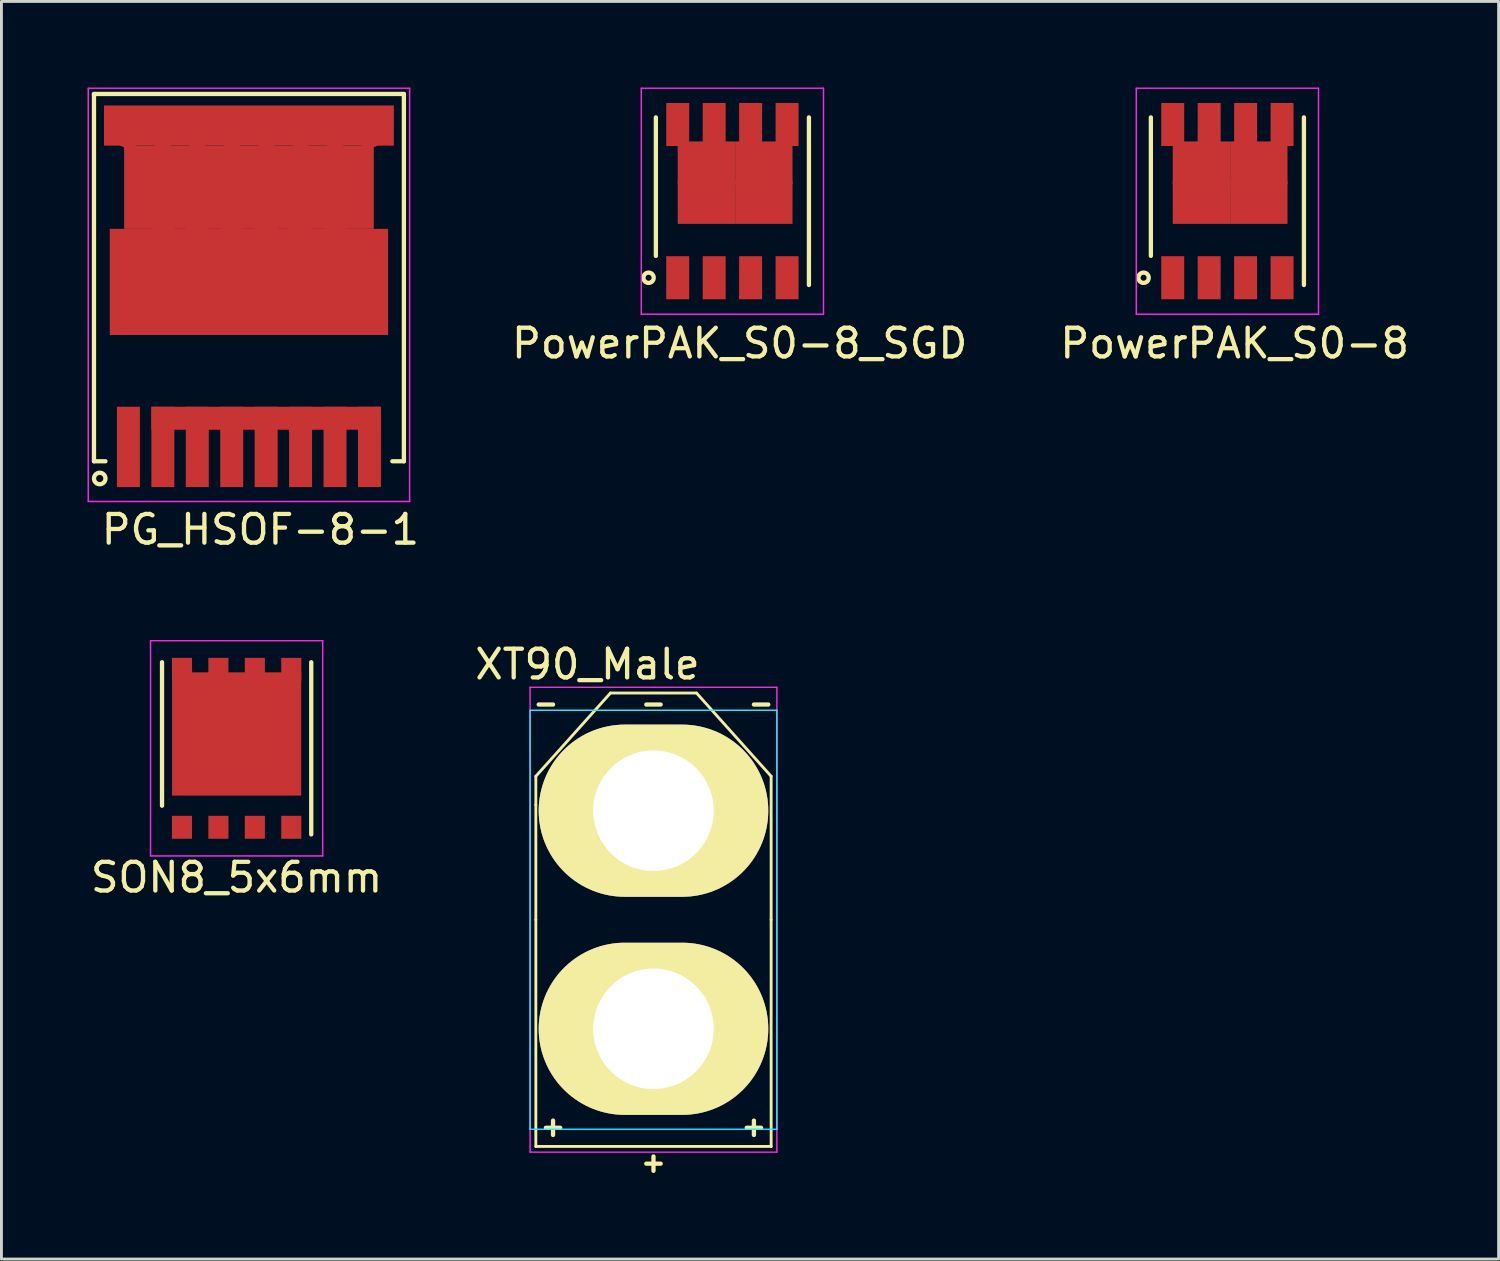
<source format=kicad_pcb>
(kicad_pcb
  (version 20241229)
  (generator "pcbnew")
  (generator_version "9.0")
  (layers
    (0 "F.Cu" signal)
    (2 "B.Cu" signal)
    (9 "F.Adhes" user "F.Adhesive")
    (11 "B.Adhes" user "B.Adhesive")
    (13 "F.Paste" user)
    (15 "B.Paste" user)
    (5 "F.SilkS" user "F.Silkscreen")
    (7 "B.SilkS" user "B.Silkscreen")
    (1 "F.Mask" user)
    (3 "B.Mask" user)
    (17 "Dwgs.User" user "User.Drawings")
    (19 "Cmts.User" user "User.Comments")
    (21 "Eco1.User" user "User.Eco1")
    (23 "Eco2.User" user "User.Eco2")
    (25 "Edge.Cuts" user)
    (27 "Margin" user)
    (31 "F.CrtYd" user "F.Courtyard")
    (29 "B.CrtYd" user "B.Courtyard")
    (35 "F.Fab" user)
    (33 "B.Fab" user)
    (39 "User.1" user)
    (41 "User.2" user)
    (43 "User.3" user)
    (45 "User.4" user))
  (footprint "PowerPAK_S0-8_SGD"
    (layer "F.Cu")
    (at 20.568 6.629)
    (property "Reference" "PowerPAK_S0-8_SGD" (at 2.159 2.286 180) (layer "F.SilkS") (effects (font (size 1 1) (thickness 0.15))))
    (attr through_hole)
    (fp_line (start -0.762 -0.762) (end -0.762 -5.588) (stroke (width 0.15) (type solid)) (layer "F.SilkS"))
    (fp_line (start 4.572 -5.588) (end 4.572 0.254) (stroke (width 0.15) (type solid)) (layer "F.SilkS"))
    (fp_circle (center -1.016 0) (end -0.889 0.127) (stroke (width 0.15) (type solid)) (fill no) (layer "F.SilkS"))
    (fp_line (start -1.27 -6.604) (end -1.27 1.27) (stroke (width 0.05) (type solid)) (layer "F.CrtYd"))
    (fp_line (start -1.27 1.27) (end 5.08 1.27) (stroke (width 0.05) (type solid)) (layer "F.CrtYd"))
    (fp_line (start 5.08 -6.604) (end -1.27 -6.604) (stroke (width 0.05) (type solid)) (layer "F.CrtYd"))
    (fp_line (start 5.08 1.27) (end 5.08 -6.604) (stroke (width 0.05) (type solid)) (layer "F.CrtYd"))
    (pad "D" smd rect (at 0 -5.34) (size 0.8 1.5) (layers "F.Cu" "F.Mask" "F.Paste"))
    (pad "D" smd rect (at 1 -4) (size 2 1.5) (layers "F.Cu" "F.Mask" "F.Paste"))
    (pad "D" smd rect (at 1 -2.627) (size 2 1.5) (layers "F.Cu" "F.Mask" "F.Paste"))
    (pad "D" smd rect (at 1.27 -5.34) (size 0.8 1.5) (layers "F.Cu" "F.Mask" "F.Paste"))
    (pad "D" smd rect (at 2.54 -5.34) (size 0.8 1.5) (layers "F.Cu" "F.Mask" "F.Paste"))
    (pad "D" smd rect (at 3 -4) (size 2 1.5) (layers "F.Cu" "F.Mask" "F.Paste"))
    (pad "D" smd rect (at 3 -2.627) (size 2 1.5) (layers "F.Cu" "F.Mask" "F.Paste"))
    (pad "D" smd rect (at 3.81 -5.34) (size 0.8 1.5) (layers "F.Cu" "F.Mask" "F.Paste"))
    (pad "G" smd rect (at 3.81 0) (size 0.8 1.5) (layers "F.Cu" "F.Mask" "F.Paste"))
    (pad "S" smd rect (at 0 0) (size 0.8 1.5) (layers "F.Cu" "F.Mask" "F.Paste"))
    (pad "S" smd rect (at 1.27 0) (size 0.8 1.5) (layers "F.Cu" "F.Mask" "F.Paste"))
    (pad "S" smd rect (at 2.54 0) (size 0.8 1.5) (layers "F.Cu" "F.Mask" "F.Paste")))
  (footprint "PowerPAK_S0-8"
    (layer "F.Cu")
    (at 37.818 6.629)
    (property "Reference" "PowerPAK_S0-8" (at 2.159 2.286 180) (layer "F.SilkS") (effects (font (size 1 1) (thickness 0.15))))
    (attr through_hole)
    (fp_line (start -0.762 -0.762) (end -0.762 -5.588) (stroke (width 0.15) (type solid)) (layer "F.SilkS"))
    (fp_line (start 4.572 -5.588) (end 4.572 0.254) (stroke (width 0.15) (type solid)) (layer "F.SilkS"))
    (fp_circle (center -1.016 0) (end -0.889 0.127) (stroke (width 0.15) (type solid)) (fill no) (layer "F.SilkS"))
    (fp_line (start -1.27 -6.604) (end -1.27 1.27) (stroke (width 0.05) (type solid)) (layer "F.CrtYd"))
    (fp_line (start -1.27 1.27) (end 5.08 1.27) (stroke (width 0.05) (type solid)) (layer "F.CrtYd"))
    (fp_line (start 5.08 -6.604) (end -1.27 -6.604) (stroke (width 0.05) (type solid)) (layer "F.CrtYd"))
    (fp_line (start 5.08 1.27) (end 5.08 -6.604) (stroke (width 0.05) (type solid)) (layer "F.CrtYd"))
    (pad "1" smd rect (at 0 0) (size 0.8 1.5) (layers "F.Cu" "F.Mask" "F.Paste"))
    (pad "2" smd rect (at 1.27 0) (size 0.8 1.5) (layers "F.Cu" "F.Mask" "F.Paste"))
    (pad "3" smd rect (at 2.54 0) (size 0.8 1.5) (layers "F.Cu" "F.Mask" "F.Paste"))
    (pad "4" smd rect (at 3.81 0) (size 0.8 1.5) (layers "F.Cu" "F.Mask" "F.Paste"))
    (pad "5" smd rect (at 3.81 -5.34) (size 0.8 1.5) (layers "F.Cu" "F.Mask" "F.Paste"))
    (pad "6" smd rect (at 2.54 -5.34) (size 0.8 1.5) (layers "F.Cu" "F.Mask" "F.Paste"))
    (pad "7" smd rect (at 1.27 -5.34) (size 0.8 1.5) (layers "F.Cu" "F.Mask" "F.Paste"))
    (pad "8" smd rect (at 0 -5.34) (size 0.8 1.5) (layers "F.Cu" "F.Mask" "F.Paste"))
    (pad "8" smd rect (at 1 -4) (size 2 1.5) (layers "F.Cu" "F.Mask" "F.Paste"))
    (pad "8" smd rect (at 1 -2.627) (size 2 1.5) (layers "F.Cu" "F.Mask" "F.Paste"))
    (pad "8" smd rect (at 3 -4) (size 2 1.5) (layers "F.Cu" "F.Mask" "F.Paste"))
    (pad "8" smd rect (at 3 -2.627) (size 2 1.5) (layers "F.Cu" "F.Mask" "F.Paste")))
  (footprint "PG_HSOF-8-1"
    (layer "F.Cu")
    (at 5.625 8.625)
    (property "Reference" "PG_HSOF-8-1" (at 0.4 6.78 0) (layer "F.SilkS") (effects (font (size 1 1) (thickness 0.15))))
    (attr through_hole)
    (fp_line (start -5.4 -8.4) (end -5.4 4.4) (stroke (width 0.15) (type solid)) (layer "F.SilkS"))
    (fp_line (start -5.4 -8.4) (end 5.4 -8.4) (stroke (width 0.15) (type solid)) (layer "F.SilkS"))
    (fp_line (start -5.4 4.4) (end -5 4.4) (stroke (width 0.15) (type solid)) (layer "F.SilkS"))
    (fp_line (start 5.4 4.4) (end 5 4.4) (stroke (width 0.15) (type solid)) (layer "F.SilkS"))
    (fp_line (start 5.4 4.4) (end 5.4 -8.4) (stroke (width 0.15) (type solid)) (layer "F.SilkS"))
    (fp_circle (center -5.2 5) (end -5 5) (stroke (width 0.15) (type solid)) (fill no) (layer "F.SilkS"))
    (fp_line (start -5.6 -8.6) (end -5.6 5.8) (stroke (width 0.05) (type solid)) (layer "F.CrtYd"))
    (fp_line (start -5.6 -8.6) (end 5.6 -8.6) (stroke (width 0.05) (type solid)) (layer "F.CrtYd"))
    (fp_line (start 5.6 5.8) (end -5.6 5.8) (stroke (width 0.05) (type solid)) (layer "F.CrtYd"))
    (fp_line (start 5.6 5.8) (end 5.6 -8.6) (stroke (width 0.05) (type solid)) (layer "F.CrtYd"))
    (pad "1" smd rect (at -4.2 3.9) (size 0.8 2.8) (layers "F.Cu" "F.Mask" "F.Paste"))
    (pad "2" smd rect (at -3 3.9) (size 0.8 2.8) (layers "F.Cu" "F.Mask" "F.Paste"))
    (pad "2" smd rect (at -1.8 3.9) (size 0.8 2.8) (layers "F.Cu" "F.Mask" "F.Paste"))
    (pad "2" smd rect (at -0.6 3.9) (size 0.8 2.8) (layers "F.Cu" "F.Mask" "F.Paste"))
    (pad "2" smd rect (at 0.6 2.9) (size 8 0.8) (layers "F.Cu" "F.Mask"))
    (pad "2" smd rect (at 0.6 3.9) (size 0.8 2.8) (layers "F.Cu" "F.Mask" "F.Paste"))
    (pad "2" smd rect (at 1.8 3.9) (size 0.8 2.8) (layers "F.Cu" "F.Mask" "F.Paste"))
    (pad "2" smd rect (at 3 3.9) (size 0.8 2.8) (layers "F.Cu" "F.Mask" "F.Paste"))
    (pad "2" smd rect (at 4.2 3.9) (size 0.8 2.8) (layers "F.Cu" "F.Mask" "F.Paste"))
    (pad "3" smd circle (at -4.2 -7.02) (size 1 1) (layers "F.Cu" "F.Mask" "F.Paste"))
    (pad "3" smd circle (at -4.2 -2.22) (size 1 1) (layers "F.Cu" "F.Mask" "F.Paste"))
    (pad "3" smd circle (at -4.2 -1.02) (size 1 1) (layers "F.Cu" "F.Mask" "F.Paste"))
    (pad "3" smd circle (at -3 -7.02) (size 1 1) (layers "F.Cu" "F.Mask" "F.Paste"))
    (pad "3" smd circle (at -3 -5.82) (size 1 1) (layers "F.Cu" "F.Mask" "F.Paste"))
    (pad "3" smd circle (at -3 -4.62) (size 1 1) (layers "F.Cu" "F.Mask" "F.Paste"))
    (pad "3" smd circle (at -3 -3.42) (size 1 1) (layers "F.Cu" "F.Mask" "F.Paste"))
    (pad "3" smd circle (at -3 -2.22) (size 1 1) (layers "F.Cu" "F.Mask" "F.Paste"))
    (pad "3" smd circle (at -3 -1.02) (size 1 1) (layers "F.Cu" "F.Mask" "F.Paste"))
    (pad "3" smd circle (at -1.8 -7.02) (size 1 1) (layers "F.Cu" "F.Mask" "F.Paste"))
    (pad "3" smd circle (at -1.8 -5.82) (size 1 1) (layers "F.Cu" "F.Mask" "F.Paste"))
    (pad "3" smd circle (at -1.8 -4.62) (size 1 1) (layers "F.Cu" "F.Mask" "F.Paste"))
    (pad "3" smd circle (at -1.8 -3.42) (size 1 1) (layers "F.Cu" "F.Mask" "F.Paste"))
    (pad "3" smd circle (at -1.8 -2.22) (size 1 1) (layers "F.Cu" "F.Mask" "F.Paste"))
    (pad "3" smd circle (at -1.8 -1.02) (size 1 1) (layers "F.Cu" "F.Mask" "F.Paste"))
    (pad "3" smd circle (at -0.6 -7.02) (size 1 1) (layers "F.Cu" "F.Mask" "F.Paste"))
    (pad "3" smd circle (at -0.6 -5.82) (size 1 1) (layers "F.Cu" "F.Mask" "F.Paste"))
    (pad "3" smd circle (at -0.6 -4.62) (size 1 1) (layers "F.Cu" "F.Mask" "F.Paste"))
    (pad "3" smd circle (at -0.6 -3.42) (size 1 1) (layers "F.Cu" "F.Mask" "F.Paste"))
    (pad "3" smd circle (at -0.6 -2.22) (size 1 1) (layers "F.Cu" "F.Mask" "F.Paste"))
    (pad "3" smd circle (at -0.6 -1.02) (size 1 1) (layers "F.Cu" "F.Mask" "F.Paste"))
    (pad "3" smd rect (at 0 -7.3) (size 10.1 1.4) (layers "F.Cu" "F.Mask"))
    (pad "3" smd rect (at 0 -5.15) (size 8.7 2.9) (layers "F.Cu" "F.Mask"))
    (pad "3" smd rect (at 0 -1.85) (size 9.7 3.7) (layers "F.Cu" "F.Mask"))
    (pad "3" smd circle (at 0.6 -7.02) (size 1 1) (layers "F.Cu" "F.Mask" "F.Paste"))
    (pad "3" smd circle (at 0.6 -5.82) (size 1 1) (layers "F.Cu" "F.Mask" "F.Paste"))
    (pad "3" smd circle (at 0.6 -4.62) (size 1 1) (layers "F.Cu" "F.Mask" "F.Paste"))
    (pad "3" smd circle (at 0.6 -3.42) (size 1 1) (layers "F.Cu" "F.Mask" "F.Paste"))
    (pad "3" smd circle (at 0.6 -2.22) (size 1 1) (layers "F.Cu" "F.Mask" "F.Paste"))
    (pad "3" smd circle (at 0.6 -1.02) (size 1 1) (layers "F.Cu" "F.Mask" "F.Paste"))
    (pad "3" smd circle (at 1.8 -7.02) (size 1 1) (layers "F.Cu" "F.Mask" "F.Paste"))
    (pad "3" smd circle (at 1.8 -5.82) (size 1 1) (layers "F.Cu" "F.Mask" "F.Paste"))
    (pad "3" smd circle (at 1.8 -4.62) (size 1 1) (layers "F.Cu" "F.Mask" "F.Paste"))
    (pad "3" smd circle (at 1.8 -3.42) (size 1 1) (layers "F.Cu" "F.Mask" "F.Paste"))
    (pad "3" smd circle (at 1.8 -2.22) (size 1 1) (layers "F.Cu" "F.Mask" "F.Paste"))
    (pad "3" smd circle (at 1.8 -1.02) (size 1 1) (layers "F.Cu" "F.Mask" "F.Paste"))
    (pad "3" smd circle (at 3 -7.02) (size 1 1) (layers "F.Cu" "F.Mask" "F.Paste"))
    (pad "3" smd circle (at 3 -5.82) (size 1 1) (layers "F.Cu" "F.Mask" "F.Paste"))
    (pad "3" smd circle (at 3 -4.62) (size 1 1) (layers "F.Cu" "F.Mask" "F.Paste"))
    (pad "3" smd circle (at 3 -3.42) (size 1 1) (layers "F.Cu" "F.Mask" "F.Paste"))
    (pad "3" smd circle (at 3 -2.22) (size 1 1) (layers "F.Cu" "F.Mask" "F.Paste"))
    (pad "3" smd circle (at 3 -1.02) (size 1 1) (layers "F.Cu" "F.Mask" "F.Paste"))
    (pad "3" smd circle (at 4.2 -7.02) (size 1 1) (layers "F.Cu" "F.Mask" "F.Paste"))
    (pad "3" smd circle (at 4.2 -2.22) (size 1 1) (layers "F.Cu" "F.Mask" "F.Paste"))
    (pad "3" smd circle (at 4.2 -1.02) (size 1 1) (layers "F.Cu" "F.Mask" "F.Paste")))
  (footprint "SON8_5x6mm"
    (layer "F.Cu")
    (at 5.196 23.028)
    (property "Reference" "SON8_5x6mm" (at 0 4.5 0) (layer "F.SilkS") (effects (font (size 1 1) (thickness 0.15))))
    (attr smd)
    (fp_line (start -2.6 -3) (end -2.6 2) (stroke (width 0.15) (type solid)) (layer "F.SilkS"))
    (fp_line (start 2.6 -3) (end 2.6 3) (stroke (width 0.15) (type solid)) (layer "F.SilkS"))
    (fp_line (start -3 -3.75) (end -3 3.75) (stroke (width 0.05) (type solid)) (layer "F.CrtYd"))
    (fp_line (start -3 3.75) (end 3 3.75) (stroke (width 0.05) (type solid)) (layer "F.CrtYd"))
    (fp_line (start 3 -3.75) (end -3 -3.75) (stroke (width 0.05) (type solid)) (layer "F.CrtYd"))
    (fp_line (start 3 3.75) (end 3 -3.75) (stroke (width 0.05) (type solid)) (layer "F.CrtYd"))
    (pad "1" smd rect (at -1.905 2.752) (size 0.7 0.8) (layers "F.Cu" "F.Mask" "F.Paste"))
    (pad "2" smd rect (at -0.635 2.752) (size 0.7 0.8) (layers "F.Cu" "F.Mask" "F.Paste"))
    (pad "3" smd rect (at 0.635 2.752) (size 0.7 0.8) (layers "F.Cu" "F.Mask" "F.Paste"))
    (pad "4" smd rect (at 1.905 2.752) (size 0.7 0.8) (layers "F.Cu" "F.Mask" "F.Paste"))
    (pad "5" smd rect (at 1.905 -2.752) (size 0.7 0.8) (layers "F.Cu" "F.Mask" "F.Paste"))
    (pad "6" smd rect (at 0.635 -2.752) (size 0.7 0.8) (layers "F.Cu" "F.Mask" "F.Paste"))
    (pad "7" smd rect (at -0.635 -2.752) (size 0.7 0.8) (layers "F.Cu" "F.Mask" "F.Paste"))
    (pad "8" smd rect (at -1.905 -2.752) (size 0.7 0.8) (layers "F.Cu" "F.Mask" "F.Paste"))
    (pad "8" smd rect (at -1.095 -1.25) (size 1.55 1.6) (layers "F.Cu" "F.Mask" "F.Paste"))
    (pad "8" smd rect (at -1.095 0.75) (size 1.55 1.2) (layers "F.Cu" "F.Mask" "F.Paste"))
    (pad "8" smd rect (at 0 -0.5) (size 4.5 4.295) (layers "F.Cu" "F.Mask"))
    (pad "8" smd rect (at 1.095 -1.25) (size 1.55 1.6) (layers "F.Cu" "F.Mask" "F.Paste"))
    (pad "8" smd rect (at 1.095 0.75) (size 1.55 1.2) (layers "F.Cu" "F.Mask" "F.Paste")))
  (footprint "XT90_Male"
    (layer "F.Cu")
    (at 19.723 29.002)
    (property "Reference" "XT90_Male" (at -2.3 -8.9 0) (layer "F.SilkS") (effects (font (size 1 1) (thickness 0.15))))
    (attr through_hole)
    (fp_line (start -4.1 -4) (end -4.1 -5) (stroke (width 0.1) (type solid)) (layer "F.SilkS"))
    (fp_line (start -4.1 0) (end -4.1 -4) (stroke (width 0.1) (type solid)) (layer "F.SilkS"))
    (fp_line (start -4.1 7.9) (end -4.1 0) (stroke (width 0.1) (type solid)) (layer "F.SilkS"))
    (fp_line (start -4 -7.5) (end -3.5 -7.5) (stroke (width 0.15) (type solid)) (layer "F.SilkS"))
    (fp_line (start -3.5 7) (end -3.5 7.5) (stroke (width 0.15) (type solid)) (layer "F.SilkS"))
    (fp_line (start -3.25 7.25) (end -3.75 7.25) (stroke (width 0.15) (type solid)) (layer "F.SilkS"))
    (fp_line (start -1.5 -7.9) (end -4.1 -5) (stroke (width 0.1) (type solid)) (layer "F.SilkS"))
    (fp_line (start 0 8.25) (end 0 8.75) (stroke (width 0.15) (type solid)) (layer "F.SilkS"))
    (fp_line (start 0.25 -7.5) (end -0.25 -7.5) (stroke (width 0.15) (type solid)) (layer "F.SilkS"))
    (fp_line (start 0.25 8.5) (end -0.25 8.5) (stroke (width 0.15) (type solid)) (layer "F.SilkS"))
    (fp_line (start 1.5 -7.9) (end -1.5 -7.9) (stroke (width 0.1) (type solid)) (layer "F.SilkS"))
    (fp_line (start 3.5 7) (end 3.5 7.5) (stroke (width 0.15) (type solid)) (layer "F.SilkS"))
    (fp_line (start 3.75 7.25) (end 3.25 7.25) (stroke (width 0.15) (type solid)) (layer "F.SilkS"))
    (fp_line (start 4 -7.5) (end 3.5 -7.5) (stroke (width 0.15) (type solid)) (layer "F.SilkS"))
    (fp_line (start 4.1 -5) (end 1.5 -7.9) (stroke (width 0.1) (type solid)) (layer "F.SilkS"))
    (fp_line (start 4.1 0) (end 4.1 -5) (stroke (width 0.1) (type solid)) (layer "F.SilkS"))
    (fp_line (start 4.1 0) (end 4.1 7.9) (stroke (width 0.1) (type solid)) (layer "F.SilkS"))
    (fp_line (start 4.1 7.9) (end -4.1 7.9) (stroke (width 0.1) (type solid)) (layer "F.SilkS"))
    (fp_line (start -4.3 -7.3) (end -4.3 7.3) (stroke (width 0.05) (type solid)) (layer "B.CrtYd"))
    (fp_line (start -4.3 7.3) (end 4.3 7.3) (stroke (width 0.05) (type solid)) (layer "B.CrtYd"))
    (fp_line (start 4.3 -7.3) (end -4.3 -7.3) (stroke (width 0.05) (type solid)) (layer "B.CrtYd"))
    (fp_line (start 4.3 7.3) (end 4.3 -7.3) (stroke (width 0.05) (type solid)) (layer "B.CrtYd"))
    (fp_line (start -4.3 -8.1) (end 4.3 -8.1) (stroke (width 0.05) (type solid)) (layer "F.CrtYd"))
    (fp_line (start -4.3 8.1) (end -4.3 -8.1) (stroke (width 0.05) (type solid)) (layer "F.CrtYd"))
    (fp_line (start 4.3 -8.1) (end 4.3 8.1) (stroke (width 0.05) (type solid)) (layer "F.CrtYd"))
    (fp_line (start 4.3 8.1) (end -4.3 8.1) (stroke (width 0.05) (type solid)) (layer "F.CrtYd"))
    (pad "1" thru_hole oval (at 0 3.8) (size 8 6) (drill 4.2) (layers "*.Cu" "*.Mask" "F.SilkS"))
    (pad "2" thru_hole oval (at 0 -3.8) (size 8 6) (drill 4.2) (layers "*.Cu" "*.Mask" "F.SilkS")))
  (gr_rect
    (start -3 -3)
    (end 49.174 40.827)
    (stroke (width 0.1) (type default))
    (fill no)
    (layer "Edge.Cuts")))
</source>
